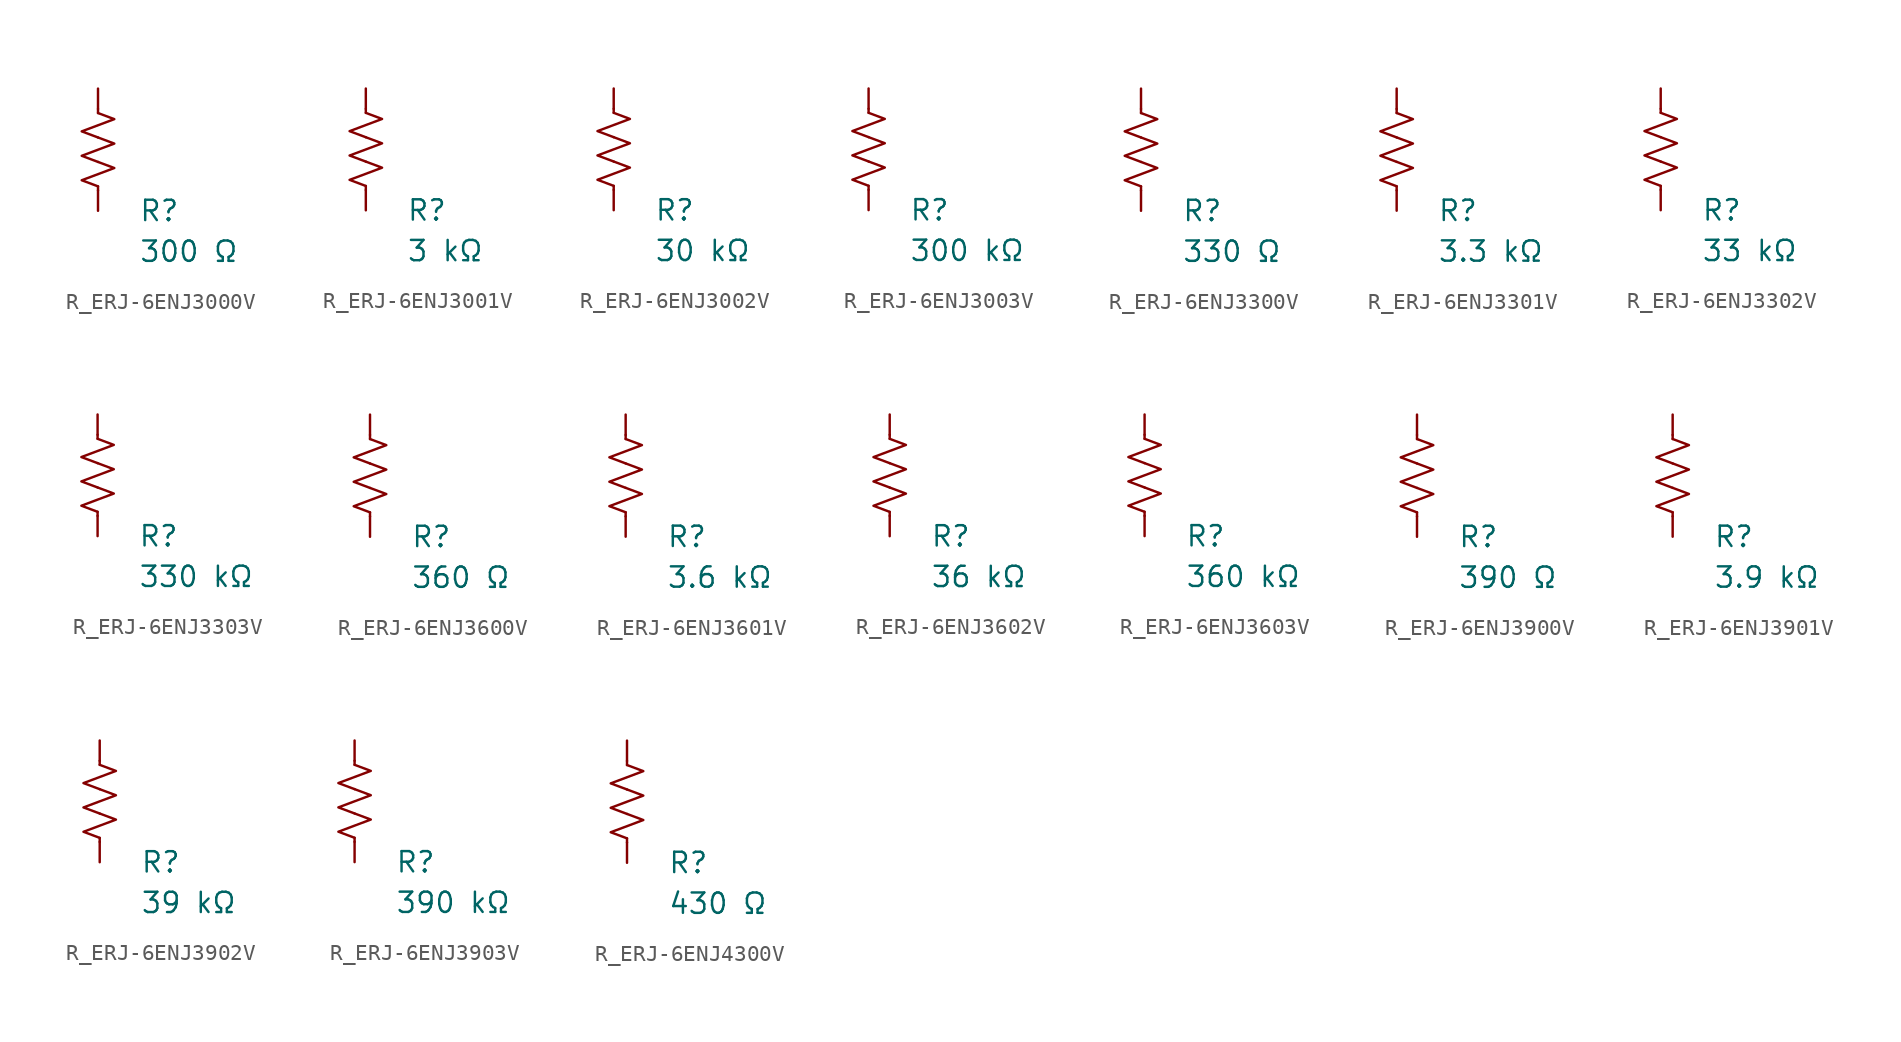
<source format=kicad_sym>
(kicad_symbol_lib
  (version 20231120)
  (generator "kicad_symbol_editor")
  (generator_version "8.0")
  (symbol "R_ERJ-6ENJ3000V"
    (pin_numbers hide)
    (pin_names
      (offset 0))
    (property "Reference" "R"
      (at 2.54 -3.81 0)
      (effects (font (size 1.27 1.27)) (justify left))
      (show_name no))
    (property "Value" "300 Ω"
      (at 2.54 -6.35 0)
      (effects (font (size 1.27 1.27)) (justify left))
      (show_name no))
    (symbol "R_ERJ-6ENJ3000V_0_1"
      (polyline (pts (xy 0 -2.286) (xy 0 -2.54)) (stroke (width 0) (type default)) (fill (type none)))
      (polyline (pts (xy 0 2.286) (xy 0 2.54)) (stroke (width 0) (type default)) (fill (type none)))
      (polyline (pts (xy 0 -0.762) (xy 1.016 -1.143) (xy 0 -1.524) (xy -1.016 -1.905) (xy 0 -2.286)) (stroke (width 0) (type default)) (fill (type none)))
      (polyline (pts (xy 0 0.762) (xy 1.016 0.381) (xy 0 0) (xy -1.016 -0.381) (xy 0 -0.762)) (stroke (width 0) (type default)) (fill (type none)))
      (polyline (pts (xy 0 2.286) (xy 1.016 1.905) (xy 0 1.524) (xy -1.016 1.143) (xy 0 0.762)) (stroke (width 0) (type default)) (fill (type none))))
    (symbol "R_ERJ-6ENJ3000V_1_1"
      (pin passive line (at 0 3.81 270) (length 1.27) (name "~" (effects (font (size 1.27 1.27)))) (number "1" (effects (font (size 1.27 1.27)))))
      (pin passive line (at 0 -3.81 90) (length 1.27) (name "~" (effects (font (size 1.27 1.27)))) (number "2" (effects (font (size 1.27 1.27)))))))
  (symbol "R_ERJ-6ENJ3001V"
    (pin_numbers hide)
    (pin_names
      (offset 0))
    (property "Reference" "R"
      (at 2.54 -3.81 0)
      (effects (font (size 1.27 1.27)) (justify left))
      (show_name no))
    (property "Value" "3 kΩ"
      (at 2.54 -6.35 0)
      (effects (font (size 1.27 1.27)) (justify left))
      (show_name no))
    (symbol "R_ERJ-6ENJ3001V_0_1"
      (polyline (pts (xy 0 -2.286) (xy 0 -2.54)) (stroke (width 0) (type default)) (fill (type none)))
      (polyline (pts (xy 0 2.286) (xy 0 2.54)) (stroke (width 0) (type default)) (fill (type none)))
      (polyline (pts (xy 0 -0.762) (xy 1.016 -1.143) (xy 0 -1.524) (xy -1.016 -1.905) (xy 0 -2.286)) (stroke (width 0) (type default)) (fill (type none)))
      (polyline (pts (xy 0 0.762) (xy 1.016 0.381) (xy 0 0) (xy -1.016 -0.381) (xy 0 -0.762)) (stroke (width 0) (type default)) (fill (type none)))
      (polyline (pts (xy 0 2.286) (xy 1.016 1.905) (xy 0 1.524) (xy -1.016 1.143) (xy 0 0.762)) (stroke (width 0) (type default)) (fill (type none))))
    (symbol "R_ERJ-6ENJ3001V_1_1"
      (pin passive line (at 0 3.81 270) (length 1.27) (name "~" (effects (font (size 1.27 1.27)))) (number "1" (effects (font (size 1.27 1.27)))))
      (pin passive line (at 0 -3.81 90) (length 1.27) (name "~" (effects (font (size 1.27 1.27)))) (number "2" (effects (font (size 1.27 1.27)))))))
  (symbol "R_ERJ-6ENJ3002V"
    (pin_numbers hide)
    (pin_names
      (offset 0))
    (property "Reference" "R"
      (at 2.54 -3.81 0)
      (effects (font (size 1.27 1.27)) (justify left))
      (show_name no))
    (property "Value" "30 kΩ"
      (at 2.54 -6.35 0)
      (effects (font (size 1.27 1.27)) (justify left))
      (show_name no))
    (symbol "R_ERJ-6ENJ3002V_0_1"
      (polyline (pts (xy 0 -2.286) (xy 0 -2.54)) (stroke (width 0) (type default)) (fill (type none)))
      (polyline (pts (xy 0 2.286) (xy 0 2.54)) (stroke (width 0) (type default)) (fill (type none)))
      (polyline (pts (xy 0 -0.762) (xy 1.016 -1.143) (xy 0 -1.524) (xy -1.016 -1.905) (xy 0 -2.286)) (stroke (width 0) (type default)) (fill (type none)))
      (polyline (pts (xy 0 0.762) (xy 1.016 0.381) (xy 0 0) (xy -1.016 -0.381) (xy 0 -0.762)) (stroke (width 0) (type default)) (fill (type none)))
      (polyline (pts (xy 0 2.286) (xy 1.016 1.905) (xy 0 1.524) (xy -1.016 1.143) (xy 0 0.762)) (stroke (width 0) (type default)) (fill (type none))))
    (symbol "R_ERJ-6ENJ3002V_1_1"
      (pin passive line (at 0 3.81 270) (length 1.27) (name "~" (effects (font (size 1.27 1.27)))) (number "1" (effects (font (size 1.27 1.27)))))
      (pin passive line (at 0 -3.81 90) (length 1.27) (name "~" (effects (font (size 1.27 1.27)))) (number "2" (effects (font (size 1.27 1.27)))))))
  (symbol "R_ERJ-6ENJ3003V"
    (pin_numbers hide)
    (pin_names
      (offset 0))
    (property "Reference" "R"
      (at 2.54 -3.81 0)
      (effects (font (size 1.27 1.27)) (justify left))
      (show_name no))
    (property "Value" "300 kΩ"
      (at 2.54 -6.35 0)
      (effects (font (size 1.27 1.27)) (justify left))
      (show_name no))
    (symbol "R_ERJ-6ENJ3003V_0_1"
      (polyline (pts (xy 0 -2.286) (xy 0 -2.54)) (stroke (width 0) (type default)) (fill (type none)))
      (polyline (pts (xy 0 2.286) (xy 0 2.54)) (stroke (width 0) (type default)) (fill (type none)))
      (polyline (pts (xy 0 -0.762) (xy 1.016 -1.143) (xy 0 -1.524) (xy -1.016 -1.905) (xy 0 -2.286)) (stroke (width 0) (type default)) (fill (type none)))
      (polyline (pts (xy 0 0.762) (xy 1.016 0.381) (xy 0 0) (xy -1.016 -0.381) (xy 0 -0.762)) (stroke (width 0) (type default)) (fill (type none)))
      (polyline (pts (xy 0 2.286) (xy 1.016 1.905) (xy 0 1.524) (xy -1.016 1.143) (xy 0 0.762)) (stroke (width 0) (type default)) (fill (type none))))
    (symbol "R_ERJ-6ENJ3003V_1_1"
      (pin passive line (at 0 3.81 270) (length 1.27) (name "~" (effects (font (size 1.27 1.27)))) (number "1" (effects (font (size 1.27 1.27)))))
      (pin passive line (at 0 -3.81 90) (length 1.27) (name "~" (effects (font (size 1.27 1.27)))) (number "2" (effects (font (size 1.27 1.27)))))))
  (symbol "R_ERJ-6ENJ3300V"
    (pin_numbers hide)
    (pin_names
      (offset 0))
    (property "Reference" "R"
      (at 2.54 -3.81 0)
      (effects (font (size 1.27 1.27)) (justify left))
      (show_name no))
    (property "Value" "330 Ω"
      (at 2.54 -6.35 0)
      (effects (font (size 1.27 1.27)) (justify left))
      (show_name no))
    (symbol "R_ERJ-6ENJ3300V_0_1"
      (polyline (pts (xy 0 -2.286) (xy 0 -2.54)) (stroke (width 0) (type default)) (fill (type none)))
      (polyline (pts (xy 0 2.286) (xy 0 2.54)) (stroke (width 0) (type default)) (fill (type none)))
      (polyline (pts (xy 0 -0.762) (xy 1.016 -1.143) (xy 0 -1.524) (xy -1.016 -1.905) (xy 0 -2.286)) (stroke (width 0) (type default)) (fill (type none)))
      (polyline (pts (xy 0 0.762) (xy 1.016 0.381) (xy 0 0) (xy -1.016 -0.381) (xy 0 -0.762)) (stroke (width 0) (type default)) (fill (type none)))
      (polyline (pts (xy 0 2.286) (xy 1.016 1.905) (xy 0 1.524) (xy -1.016 1.143) (xy 0 0.762)) (stroke (width 0) (type default)) (fill (type none))))
    (symbol "R_ERJ-6ENJ3300V_1_1"
      (pin passive line (at 0 3.81 270) (length 1.27) (name "~" (effects (font (size 1.27 1.27)))) (number "1" (effects (font (size 1.27 1.27)))))
      (pin passive line (at 0 -3.81 90) (length 1.27) (name "~" (effects (font (size 1.27 1.27)))) (number "2" (effects (font (size 1.27 1.27)))))))
  (symbol "R_ERJ-6ENJ3301V"
    (pin_numbers hide)
    (pin_names
      (offset 0))
    (property "Reference" "R"
      (at 2.54 -3.81 0)
      (effects (font (size 1.27 1.27)) (justify left))
      (show_name no))
    (property "Value" "3.3 kΩ"
      (at 2.54 -6.35 0)
      (effects (font (size 1.27 1.27)) (justify left))
      (show_name no))
    (symbol "R_ERJ-6ENJ3301V_0_1"
      (polyline (pts (xy 0 -2.286) (xy 0 -2.54)) (stroke (width 0) (type default)) (fill (type none)))
      (polyline (pts (xy 0 2.286) (xy 0 2.54)) (stroke (width 0) (type default)) (fill (type none)))
      (polyline (pts (xy 0 -0.762) (xy 1.016 -1.143) (xy 0 -1.524) (xy -1.016 -1.905) (xy 0 -2.286)) (stroke (width 0) (type default)) (fill (type none)))
      (polyline (pts (xy 0 0.762) (xy 1.016 0.381) (xy 0 0) (xy -1.016 -0.381) (xy 0 -0.762)) (stroke (width 0) (type default)) (fill (type none)))
      (polyline (pts (xy 0 2.286) (xy 1.016 1.905) (xy 0 1.524) (xy -1.016 1.143) (xy 0 0.762)) (stroke (width 0) (type default)) (fill (type none))))
    (symbol "R_ERJ-6ENJ3301V_1_1"
      (pin passive line (at 0 3.81 270) (length 1.27) (name "~" (effects (font (size 1.27 1.27)))) (number "1" (effects (font (size 1.27 1.27)))))
      (pin passive line (at 0 -3.81 90) (length 1.27) (name "~" (effects (font (size 1.27 1.27)))) (number "2" (effects (font (size 1.27 1.27)))))))
  (symbol "R_ERJ-6ENJ3302V"
    (pin_numbers hide)
    (pin_names
      (offset 0))
    (property "Reference" "R"
      (at 2.54 -3.81 0)
      (effects (font (size 1.27 1.27)) (justify left))
      (show_name no))
    (property "Value" "33 kΩ"
      (at 2.54 -6.35 0)
      (effects (font (size 1.27 1.27)) (justify left))
      (show_name no))
    (symbol "R_ERJ-6ENJ3302V_0_1"
      (polyline (pts (xy 0 -2.286) (xy 0 -2.54)) (stroke (width 0) (type default)) (fill (type none)))
      (polyline (pts (xy 0 2.286) (xy 0 2.54)) (stroke (width 0) (type default)) (fill (type none)))
      (polyline (pts (xy 0 -0.762) (xy 1.016 -1.143) (xy 0 -1.524) (xy -1.016 -1.905) (xy 0 -2.286)) (stroke (width 0) (type default)) (fill (type none)))
      (polyline (pts (xy 0 0.762) (xy 1.016 0.381) (xy 0 0) (xy -1.016 -0.381) (xy 0 -0.762)) (stroke (width 0) (type default)) (fill (type none)))
      (polyline (pts (xy 0 2.286) (xy 1.016 1.905) (xy 0 1.524) (xy -1.016 1.143) (xy 0 0.762)) (stroke (width 0) (type default)) (fill (type none))))
    (symbol "R_ERJ-6ENJ3302V_1_1"
      (pin passive line (at 0 3.81 270) (length 1.27) (name "~" (effects (font (size 1.27 1.27)))) (number "1" (effects (font (size 1.27 1.27)))))
      (pin passive line (at 0 -3.81 90) (length 1.27) (name "~" (effects (font (size 1.27 1.27)))) (number "2" (effects (font (size 1.27 1.27)))))))
  (symbol "R_ERJ-6ENJ3303V"
    (pin_numbers hide)
    (pin_names
      (offset 0))
    (property "Reference" "R"
      (at 2.54 -3.81 0)
      (effects (font (size 1.27 1.27)) (justify left))
      (show_name no))
    (property "Value" "330 kΩ"
      (at 2.54 -6.35 0)
      (effects (font (size 1.27 1.27)) (justify left))
      (show_name no))
    (symbol "R_ERJ-6ENJ3303V_0_1"
      (polyline (pts (xy 0 -2.286) (xy 0 -2.54)) (stroke (width 0) (type default)) (fill (type none)))
      (polyline (pts (xy 0 2.286) (xy 0 2.54)) (stroke (width 0) (type default)) (fill (type none)))
      (polyline (pts (xy 0 -0.762) (xy 1.016 -1.143) (xy 0 -1.524) (xy -1.016 -1.905) (xy 0 -2.286)) (stroke (width 0) (type default)) (fill (type none)))
      (polyline (pts (xy 0 0.762) (xy 1.016 0.381) (xy 0 0) (xy -1.016 -0.381) (xy 0 -0.762)) (stroke (width 0) (type default)) (fill (type none)))
      (polyline (pts (xy 0 2.286) (xy 1.016 1.905) (xy 0 1.524) (xy -1.016 1.143) (xy 0 0.762)) (stroke (width 0) (type default)) (fill (type none))))
    (symbol "R_ERJ-6ENJ3303V_1_1"
      (pin passive line (at 0 3.81 270) (length 1.27) (name "~" (effects (font (size 1.27 1.27)))) (number "1" (effects (font (size 1.27 1.27)))))
      (pin passive line (at 0 -3.81 90) (length 1.27) (name "~" (effects (font (size 1.27 1.27)))) (number "2" (effects (font (size 1.27 1.27)))))))
  (symbol "R_ERJ-6ENJ3600V"
    (pin_numbers hide)
    (pin_names
      (offset 0))
    (property "Reference" "R"
      (at 2.54 -3.81 0)
      (effects (font (size 1.27 1.27)) (justify left))
      (show_name no))
    (property "Value" "360 Ω"
      (at 2.54 -6.35 0)
      (effects (font (size 1.27 1.27)) (justify left))
      (show_name no))
    (symbol "R_ERJ-6ENJ3600V_0_1"
      (polyline (pts (xy 0 -2.286) (xy 0 -2.54)) (stroke (width 0) (type default)) (fill (type none)))
      (polyline (pts (xy 0 2.286) (xy 0 2.54)) (stroke (width 0) (type default)) (fill (type none)))
      (polyline (pts (xy 0 -0.762) (xy 1.016 -1.143) (xy 0 -1.524) (xy -1.016 -1.905) (xy 0 -2.286)) (stroke (width 0) (type default)) (fill (type none)))
      (polyline (pts (xy 0 0.762) (xy 1.016 0.381) (xy 0 0) (xy -1.016 -0.381) (xy 0 -0.762)) (stroke (width 0) (type default)) (fill (type none)))
      (polyline (pts (xy 0 2.286) (xy 1.016 1.905) (xy 0 1.524) (xy -1.016 1.143) (xy 0 0.762)) (stroke (width 0) (type default)) (fill (type none))))
    (symbol "R_ERJ-6ENJ3600V_1_1"
      (pin passive line (at 0 3.81 270) (length 1.27) (name "~" (effects (font (size 1.27 1.27)))) (number "1" (effects (font (size 1.27 1.27)))))
      (pin passive line (at 0 -3.81 90) (length 1.27) (name "~" (effects (font (size 1.27 1.27)))) (number "2" (effects (font (size 1.27 1.27)))))))
  (symbol "R_ERJ-6ENJ3601V"
    (pin_numbers hide)
    (pin_names
      (offset 0))
    (property "Reference" "R"
      (at 2.54 -3.81 0)
      (effects (font (size 1.27 1.27)) (justify left))
      (show_name no))
    (property "Value" "3.6 kΩ"
      (at 2.54 -6.35 0)
      (effects (font (size 1.27 1.27)) (justify left))
      (show_name no))
    (symbol "R_ERJ-6ENJ3601V_0_1"
      (polyline (pts (xy 0 -2.286) (xy 0 -2.54)) (stroke (width 0) (type default)) (fill (type none)))
      (polyline (pts (xy 0 2.286) (xy 0 2.54)) (stroke (width 0) (type default)) (fill (type none)))
      (polyline (pts (xy 0 -0.762) (xy 1.016 -1.143) (xy 0 -1.524) (xy -1.016 -1.905) (xy 0 -2.286)) (stroke (width 0) (type default)) (fill (type none)))
      (polyline (pts (xy 0 0.762) (xy 1.016 0.381) (xy 0 0) (xy -1.016 -0.381) (xy 0 -0.762)) (stroke (width 0) (type default)) (fill (type none)))
      (polyline (pts (xy 0 2.286) (xy 1.016 1.905) (xy 0 1.524) (xy -1.016 1.143) (xy 0 0.762)) (stroke (width 0) (type default)) (fill (type none))))
    (symbol "R_ERJ-6ENJ3601V_1_1"
      (pin passive line (at 0 3.81 270) (length 1.27) (name "~" (effects (font (size 1.27 1.27)))) (number "1" (effects (font (size 1.27 1.27)))))
      (pin passive line (at 0 -3.81 90) (length 1.27) (name "~" (effects (font (size 1.27 1.27)))) (number "2" (effects (font (size 1.27 1.27)))))))
  (symbol "R_ERJ-6ENJ3602V"
    (pin_numbers hide)
    (pin_names
      (offset 0))
    (property "Reference" "R"
      (at 2.54 -3.81 0)
      (effects (font (size 1.27 1.27)) (justify left))
      (show_name no))
    (property "Value" "36 kΩ"
      (at 2.54 -6.35 0)
      (effects (font (size 1.27 1.27)) (justify left))
      (show_name no))
    (symbol "R_ERJ-6ENJ3602V_0_1"
      (polyline (pts (xy 0 -2.286) (xy 0 -2.54)) (stroke (width 0) (type default)) (fill (type none)))
      (polyline (pts (xy 0 2.286) (xy 0 2.54)) (stroke (width 0) (type default)) (fill (type none)))
      (polyline (pts (xy 0 -0.762) (xy 1.016 -1.143) (xy 0 -1.524) (xy -1.016 -1.905) (xy 0 -2.286)) (stroke (width 0) (type default)) (fill (type none)))
      (polyline (pts (xy 0 0.762) (xy 1.016 0.381) (xy 0 0) (xy -1.016 -0.381) (xy 0 -0.762)) (stroke (width 0) (type default)) (fill (type none)))
      (polyline (pts (xy 0 2.286) (xy 1.016 1.905) (xy 0 1.524) (xy -1.016 1.143) (xy 0 0.762)) (stroke (width 0) (type default)) (fill (type none))))
    (symbol "R_ERJ-6ENJ3602V_1_1"
      (pin passive line (at 0 3.81 270) (length 1.27) (name "~" (effects (font (size 1.27 1.27)))) (number "1" (effects (font (size 1.27 1.27)))))
      (pin passive line (at 0 -3.81 90) (length 1.27) (name "~" (effects (font (size 1.27 1.27)))) (number "2" (effects (font (size 1.27 1.27)))))))
  (symbol "R_ERJ-6ENJ3603V"
    (pin_numbers hide)
    (pin_names
      (offset 0))
    (property "Reference" "R"
      (at 2.54 -3.81 0)
      (effects (font (size 1.27 1.27)) (justify left))
      (show_name no))
    (property "Value" "360 kΩ"
      (at 2.54 -6.35 0)
      (effects (font (size 1.27 1.27)) (justify left))
      (show_name no))
    (symbol "R_ERJ-6ENJ3603V_0_1"
      (polyline (pts (xy 0 -2.286) (xy 0 -2.54)) (stroke (width 0) (type default)) (fill (type none)))
      (polyline (pts (xy 0 2.286) (xy 0 2.54)) (stroke (width 0) (type default)) (fill (type none)))
      (polyline (pts (xy 0 -0.762) (xy 1.016 -1.143) (xy 0 -1.524) (xy -1.016 -1.905) (xy 0 -2.286)) (stroke (width 0) (type default)) (fill (type none)))
      (polyline (pts (xy 0 0.762) (xy 1.016 0.381) (xy 0 0) (xy -1.016 -0.381) (xy 0 -0.762)) (stroke (width 0) (type default)) (fill (type none)))
      (polyline (pts (xy 0 2.286) (xy 1.016 1.905) (xy 0 1.524) (xy -1.016 1.143) (xy 0 0.762)) (stroke (width 0) (type default)) (fill (type none))))
    (symbol "R_ERJ-6ENJ3603V_1_1"
      (pin passive line (at 0 3.81 270) (length 1.27) (name "~" (effects (font (size 1.27 1.27)))) (number "1" (effects (font (size 1.27 1.27)))))
      (pin passive line (at 0 -3.81 90) (length 1.27) (name "~" (effects (font (size 1.27 1.27)))) (number "2" (effects (font (size 1.27 1.27)))))))
  (symbol "R_ERJ-6ENJ3900V"
    (pin_numbers hide)
    (pin_names
      (offset 0))
    (property "Reference" "R"
      (at 2.54 -3.81 0)
      (effects (font (size 1.27 1.27)) (justify left))
      (show_name no))
    (property "Value" "390 Ω"
      (at 2.54 -6.35 0)
      (effects (font (size 1.27 1.27)) (justify left))
      (show_name no))
    (symbol "R_ERJ-6ENJ3900V_0_1"
      (polyline (pts (xy 0 -2.286) (xy 0 -2.54)) (stroke (width 0) (type default)) (fill (type none)))
      (polyline (pts (xy 0 2.286) (xy 0 2.54)) (stroke (width 0) (type default)) (fill (type none)))
      (polyline (pts (xy 0 -0.762) (xy 1.016 -1.143) (xy 0 -1.524) (xy -1.016 -1.905) (xy 0 -2.286)) (stroke (width 0) (type default)) (fill (type none)))
      (polyline (pts (xy 0 0.762) (xy 1.016 0.381) (xy 0 0) (xy -1.016 -0.381) (xy 0 -0.762)) (stroke (width 0) (type default)) (fill (type none)))
      (polyline (pts (xy 0 2.286) (xy 1.016 1.905) (xy 0 1.524) (xy -1.016 1.143) (xy 0 0.762)) (stroke (width 0) (type default)) (fill (type none))))
    (symbol "R_ERJ-6ENJ3900V_1_1"
      (pin passive line (at 0 3.81 270) (length 1.27) (name "~" (effects (font (size 1.27 1.27)))) (number "1" (effects (font (size 1.27 1.27)))))
      (pin passive line (at 0 -3.81 90) (length 1.27) (name "~" (effects (font (size 1.27 1.27)))) (number "2" (effects (font (size 1.27 1.27)))))))
  (symbol "R_ERJ-6ENJ3901V"
    (pin_numbers hide)
    (pin_names
      (offset 0))
    (property "Reference" "R"
      (at 2.54 -3.81 0)
      (effects (font (size 1.27 1.27)) (justify left))
      (show_name no))
    (property "Value" "3.9 kΩ"
      (at 2.54 -6.35 0)
      (effects (font (size 1.27 1.27)) (justify left))
      (show_name no))
    (symbol "R_ERJ-6ENJ3901V_0_1"
      (polyline (pts (xy 0 -2.286) (xy 0 -2.54)) (stroke (width 0) (type default)) (fill (type none)))
      (polyline (pts (xy 0 2.286) (xy 0 2.54)) (stroke (width 0) (type default)) (fill (type none)))
      (polyline (pts (xy 0 -0.762) (xy 1.016 -1.143) (xy 0 -1.524) (xy -1.016 -1.905) (xy 0 -2.286)) (stroke (width 0) (type default)) (fill (type none)))
      (polyline (pts (xy 0 0.762) (xy 1.016 0.381) (xy 0 0) (xy -1.016 -0.381) (xy 0 -0.762)) (stroke (width 0) (type default)) (fill (type none)))
      (polyline (pts (xy 0 2.286) (xy 1.016 1.905) (xy 0 1.524) (xy -1.016 1.143) (xy 0 0.762)) (stroke (width 0) (type default)) (fill (type none))))
    (symbol "R_ERJ-6ENJ3901V_1_1"
      (pin passive line (at 0 3.81 270) (length 1.27) (name "~" (effects (font (size 1.27 1.27)))) (number "1" (effects (font (size 1.27 1.27)))))
      (pin passive line (at 0 -3.81 90) (length 1.27) (name "~" (effects (font (size 1.27 1.27)))) (number "2" (effects (font (size 1.27 1.27)))))))
  (symbol "R_ERJ-6ENJ3902V"
    (pin_numbers hide)
    (pin_names
      (offset 0))
    (property "Reference" "R"
      (at 2.54 -3.81 0)
      (effects (font (size 1.27 1.27)) (justify left))
      (show_name no))
    (property "Value" "39 kΩ"
      (at 2.54 -6.35 0)
      (effects (font (size 1.27 1.27)) (justify left))
      (show_name no))
    (symbol "R_ERJ-6ENJ3902V_0_1"
      (polyline (pts (xy 0 -2.286) (xy 0 -2.54)) (stroke (width 0) (type default)) (fill (type none)))
      (polyline (pts (xy 0 2.286) (xy 0 2.54)) (stroke (width 0) (type default)) (fill (type none)))
      (polyline (pts (xy 0 -0.762) (xy 1.016 -1.143) (xy 0 -1.524) (xy -1.016 -1.905) (xy 0 -2.286)) (stroke (width 0) (type default)) (fill (type none)))
      (polyline (pts (xy 0 0.762) (xy 1.016 0.381) (xy 0 0) (xy -1.016 -0.381) (xy 0 -0.762)) (stroke (width 0) (type default)) (fill (type none)))
      (polyline (pts (xy 0 2.286) (xy 1.016 1.905) (xy 0 1.524) (xy -1.016 1.143) (xy 0 0.762)) (stroke (width 0) (type default)) (fill (type none))))
    (symbol "R_ERJ-6ENJ3902V_1_1"
      (pin passive line (at 0 3.81 270) (length 1.27) (name "~" (effects (font (size 1.27 1.27)))) (number "1" (effects (font (size 1.27 1.27)))))
      (pin passive line (at 0 -3.81 90) (length 1.27) (name "~" (effects (font (size 1.27 1.27)))) (number "2" (effects (font (size 1.27 1.27)))))))
  (symbol "R_ERJ-6ENJ3903V"
    (pin_numbers hide)
    (pin_names
      (offset 0))
    (property "Reference" "R"
      (at 2.54 -3.81 0)
      (effects (font (size 1.27 1.27)) (justify left))
      (show_name no))
    (property "Value" "390 kΩ"
      (at 2.54 -6.35 0)
      (effects (font (size 1.27 1.27)) (justify left))
      (show_name no))
    (symbol "R_ERJ-6ENJ3903V_0_1"
      (polyline (pts (xy 0 -2.286) (xy 0 -2.54)) (stroke (width 0) (type default)) (fill (type none)))
      (polyline (pts (xy 0 2.286) (xy 0 2.54)) (stroke (width 0) (type default)) (fill (type none)))
      (polyline (pts (xy 0 -0.762) (xy 1.016 -1.143) (xy 0 -1.524) (xy -1.016 -1.905) (xy 0 -2.286)) (stroke (width 0) (type default)) (fill (type none)))
      (polyline (pts (xy 0 0.762) (xy 1.016 0.381) (xy 0 0) (xy -1.016 -0.381) (xy 0 -0.762)) (stroke (width 0) (type default)) (fill (type none)))
      (polyline (pts (xy 0 2.286) (xy 1.016 1.905) (xy 0 1.524) (xy -1.016 1.143) (xy 0 0.762)) (stroke (width 0) (type default)) (fill (type none))))
    (symbol "R_ERJ-6ENJ3903V_1_1"
      (pin passive line (at 0 3.81 270) (length 1.27) (name "~" (effects (font (size 1.27 1.27)))) (number "1" (effects (font (size 1.27 1.27)))))
      (pin passive line (at 0 -3.81 90) (length 1.27) (name "~" (effects (font (size 1.27 1.27)))) (number "2" (effects (font (size 1.27 1.27)))))))
  (symbol "R_ERJ-6ENJ4300V"
    (pin_numbers hide)
    (pin_names
      (offset 0))
    (property "Reference" "R"
      (at 2.54 -3.81 0)
      (effects (font (size 1.27 1.27)) (justify left))
      (show_name no))
    (property "Value" "430 Ω"
      (at 2.54 -6.35 0)
      (effects (font (size 1.27 1.27)) (justify left))
      (show_name no))
    (symbol "R_ERJ-6ENJ4300V_0_1"
      (polyline (pts (xy 0 -2.286) (xy 0 -2.54)) (stroke (width 0) (type default)) (fill (type none)))
      (polyline (pts (xy 0 2.286) (xy 0 2.54)) (stroke (width 0) (type default)) (fill (type none)))
      (polyline (pts (xy 0 -0.762) (xy 1.016 -1.143) (xy 0 -1.524) (xy -1.016 -1.905) (xy 0 -2.286)) (stroke (width 0) (type default)) (fill (type none)))
      (polyline (pts (xy 0 0.762) (xy 1.016 0.381) (xy 0 0) (xy -1.016 -0.381) (xy 0 -0.762)) (stroke (width 0) (type default)) (fill (type none)))
      (polyline (pts (xy 0 2.286) (xy 1.016 1.905) (xy 0 1.524) (xy -1.016 1.143) (xy 0 0.762)) (stroke (width 0) (type default)) (fill (type none))))
    (symbol "R_ERJ-6ENJ4300V_1_1"
      (pin passive line (at 0 3.81 270) (length 1.27) (name "~" (effects (font (size 1.27 1.27)))) (number "1" (effects (font (size 1.27 1.27)))))
      (pin passive line (at 0 -3.81 90) (length 1.27) (name "~" (effects (font (size 1.27 1.27)))) (number "2" (effects (font (size 1.27 1.27))))))))
</source>
